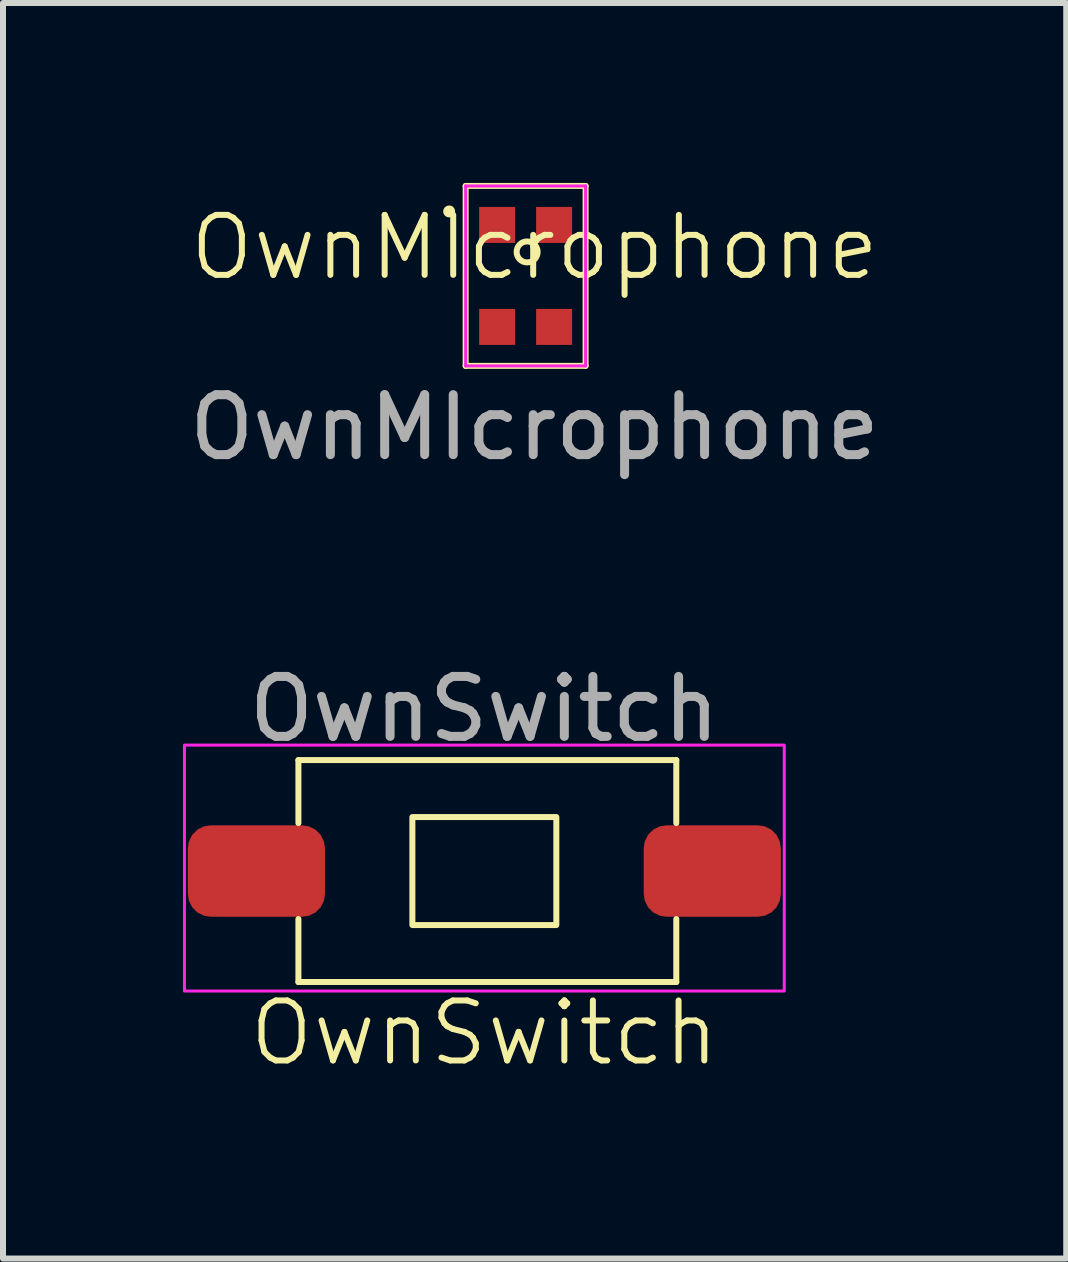
<source format=kicad_pcb>
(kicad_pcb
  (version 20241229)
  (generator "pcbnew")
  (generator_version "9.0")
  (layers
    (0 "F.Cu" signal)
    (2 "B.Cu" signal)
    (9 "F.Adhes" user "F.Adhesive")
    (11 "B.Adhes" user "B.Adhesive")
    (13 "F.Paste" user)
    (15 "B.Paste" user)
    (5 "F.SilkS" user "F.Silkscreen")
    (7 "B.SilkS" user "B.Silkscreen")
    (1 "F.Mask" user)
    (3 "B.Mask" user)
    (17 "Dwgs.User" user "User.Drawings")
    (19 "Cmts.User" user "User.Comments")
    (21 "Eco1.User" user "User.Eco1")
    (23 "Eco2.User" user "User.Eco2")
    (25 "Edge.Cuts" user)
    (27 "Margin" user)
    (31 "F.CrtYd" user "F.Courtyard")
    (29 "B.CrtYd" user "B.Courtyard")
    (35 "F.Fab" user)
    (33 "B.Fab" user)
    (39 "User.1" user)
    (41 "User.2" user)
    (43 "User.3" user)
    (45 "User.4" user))
  (footprint "OwnMIcrophone"
    (layer "F.Cu")
    (at 5.863 1.575)
    (property "Reference" "OwnMIcrophone" (at 0 -0.5 0) (unlocked yes) (layer "F.SilkS") (effects (font (size 1 1) (thickness 0.1))))
    (attr smd)
    (fp_line (start -1.15 -1.525) (end -1.15 1.475) (stroke (width 0.1) (type default)) (layer "F.SilkS"))
    (fp_line (start -1.15 1.475) (end 0.85 1.475) (stroke (width 0.1) (type default)) (layer "F.SilkS"))
    (fp_line (start 0.85 -1.525) (end -1.15 -1.525) (stroke (width 0.1) (type default)) (layer "F.SilkS"))
    (fp_line (start 0.85 1.475) (end 0.85 -1.525) (stroke (width 0.1) (type default)) (layer "F.SilkS"))
    (fp_circle (center -1.425 -1.1) (end -1.375 -1.1) (stroke (width 0.1) (type default)) (fill no) (layer "F.SilkS"))
    (fp_circle (center -0.125 -0.425) (end -0.125 -0.6) (stroke (width 0.1) (type default)) (fill no) (layer "F.SilkS"))
    (fp_line (start -1.15 -1.525) (end 0.85 -1.525) (stroke (width 0.05) (type default)) (layer "F.CrtYd"))
    (fp_line (start -1.15 1.475) (end -1.15 -1.525) (stroke (width 0.05) (type default)) (layer "F.CrtYd"))
    (fp_line (start 0.85 -1.525) (end 0.85 1.475) (stroke (width 0.05) (type default)) (layer "F.CrtYd"))
    (fp_line (start 0.85 1.475) (end -1.15 1.475) (stroke (width 0.05) (type default)) (layer "F.CrtYd"))
    (fp_text user "${REFERENCE}" (at 0 2.5 0) (unlocked yes) (layer "F.Fab") (effects (font (size 1 1) (thickness 0.15))))
    (pad "1" smd rect (at -0.625 -0.875) (size 0.6 0.6) (layers "F.Cu" "F.Mask" "F.Paste"))
    (pad "2" smd rect (at -0.625 0.825) (size 0.6 0.6) (layers "F.Cu" "F.Mask" "F.Paste"))
    (pad "3" smd rect (at 0.325 0.825) (size 0.6 0.6) (layers "F.Cu" "F.Mask" "F.Paste"))
    (pad "4" smd rect (at 0.325 -0.875) (size 0.6 0.6) (layers "F.Cu" "F.Mask" "F.Paste")))
  (footprint "OwnSwitch"
    (layer "F.Cu")
    (at 5.025 11.472)
    (property "Reference" "OwnSwitch" (at 0 2.7 0) (unlocked yes) (layer "F.SilkS") (effects (font (size 1 1) (thickness 0.1))))
    (attr smd)
    (fp_line (start -3.1 -1.85) (end -3.1 -0.8) (stroke (width 0.1) (type default)) (layer "F.SilkS"))
    (fp_line (start -3.1 1.85) (end -3.1 0.8) (stroke (width 0.1) (type default)) (layer "F.SilkS"))
    (fp_line (start -3.1 1.85) (end 3.2 1.85) (stroke (width 0.1) (type default)) (layer "F.SilkS"))
    (fp_line (start 3.2 -1.85) (end -3.1 -1.85) (stroke (width 0.1) (type default)) (layer "F.SilkS"))
    (fp_line (start 3.2 -1.85) (end 3.2 -0.8) (stroke (width 0.1) (type default)) (layer "F.SilkS"))
    (fp_line (start 3.2 1.85) (end 3.2 0.8) (stroke (width 0.1) (type default)) (layer "F.SilkS"))
    (fp_rect (start -1.2 -0.9) (end 1.2 0.9) (stroke (width 0.1) (type default)) (fill no) (layer "F.SilkS"))
    (fp_rect (start -5 -2.1) (end 5 2) (stroke (width 0.05) (type default)) (fill no) (layer "F.CrtYd"))
    (fp_text user "${REFERENCE}" (at 0 -2.7 0) (unlocked yes) (layer "F.Fab") (effects (font (size 1 1) (thickness 0.15))))
    (pad "1" smd roundrect (at -3.8 0) (size 2.286 1.524) (layers "F.Cu" "F.Mask" "F.Paste") (roundrect_rratio 0.25))
    (pad "2" smd roundrect (at 3.8 0) (size 2.286 1.524) (layers "F.Cu" "F.Mask" "F.Paste") (roundrect_rratio 0.25)))
  (gr_rect
    (start -3 -3)
    (end 14.726 17.932)
    (stroke (width 0.1) (type default))
    (fill no)
    (layer "Edge.Cuts")))
</source>
